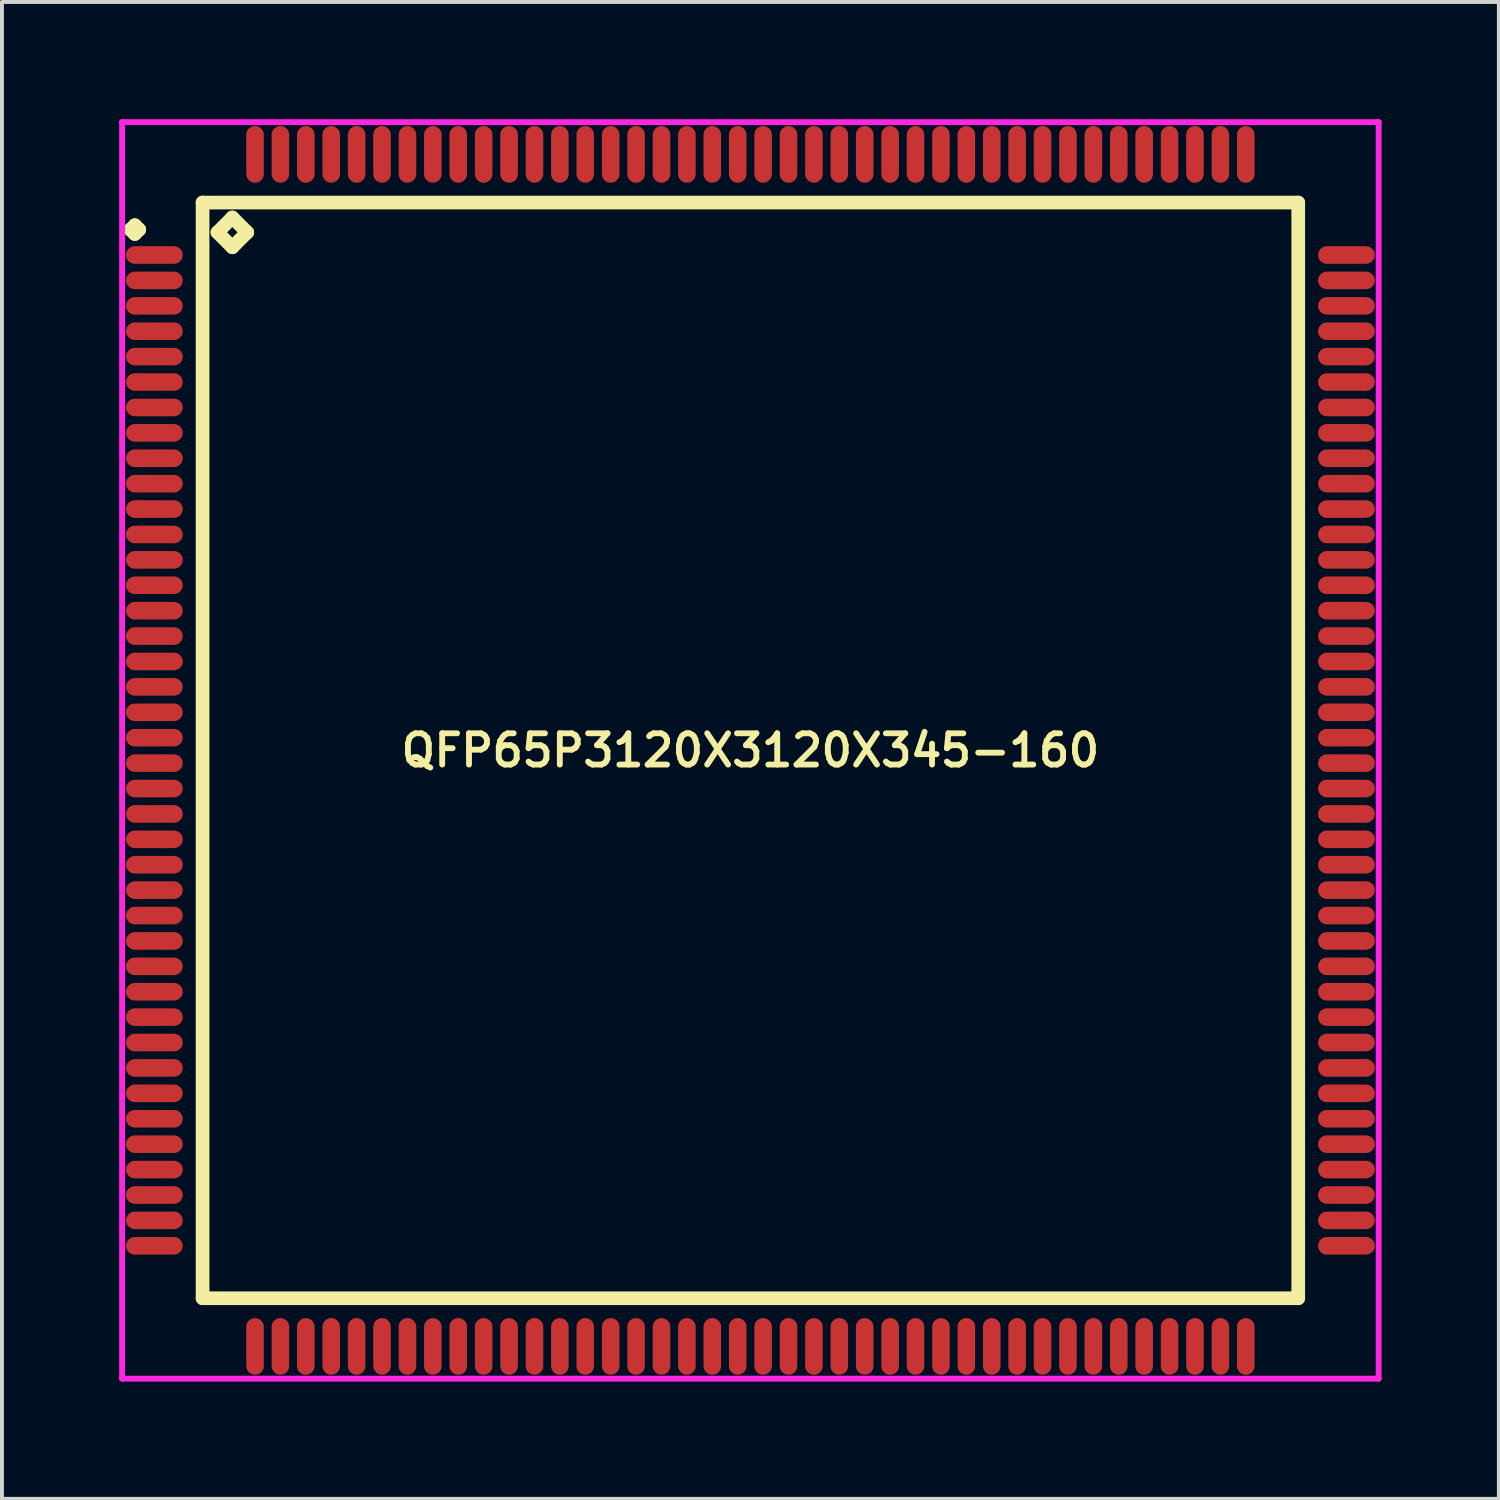
<source format=kicad_pcb>
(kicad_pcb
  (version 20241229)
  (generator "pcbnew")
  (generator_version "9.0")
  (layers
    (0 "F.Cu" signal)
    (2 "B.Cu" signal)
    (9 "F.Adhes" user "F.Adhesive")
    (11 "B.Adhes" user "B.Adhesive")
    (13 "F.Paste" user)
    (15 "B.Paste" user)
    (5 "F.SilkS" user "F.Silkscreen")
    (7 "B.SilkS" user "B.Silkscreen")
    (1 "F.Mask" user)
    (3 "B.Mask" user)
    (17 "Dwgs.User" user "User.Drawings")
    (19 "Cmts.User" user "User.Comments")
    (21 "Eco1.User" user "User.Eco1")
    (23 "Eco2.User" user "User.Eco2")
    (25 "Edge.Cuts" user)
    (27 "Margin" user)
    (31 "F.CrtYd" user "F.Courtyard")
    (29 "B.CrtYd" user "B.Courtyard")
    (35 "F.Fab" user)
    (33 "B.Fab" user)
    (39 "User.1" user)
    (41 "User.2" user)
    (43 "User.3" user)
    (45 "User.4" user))
  (footprint "QFP65P3120X3120X345-160"
    (layer "F.Cu")
    (at 16.15 16.15)
    (property "Reference" "QFP65P3120X3120X345-160" (at 0 0 0) (layer "F.SilkS") (effects (font (size 0.8 0.8) (thickness 0.15))))
    (attr through_hole)
    (fp_line (start -15.863 -13.325) (end -15.75 -13.438) (stroke (width 0.35) (type solid)) (layer "F.SilkS"))
    (fp_line (start -15.75 -13.438) (end -15.637 -13.325) (stroke (width 0.35) (type solid)) (layer "F.SilkS"))
    (fp_line (start -15.75 -13.213) (end -15.863 -13.325) (stroke (width 0.35) (type solid)) (layer "F.SilkS"))
    (fp_line (start -15.637 -13.325) (end -15.75 -13.213) (stroke (width 0.35) (type solid)) (layer "F.SilkS"))
    (fp_line (start -14.017 -14.017) (end -14.017 14.017) (stroke (width 0.35) (type solid)) (layer "F.SilkS"))
    (fp_line (start -14.017 14.017) (end 14.017 14.017) (stroke (width 0.35) (type solid)) (layer "F.SilkS"))
    (fp_line (start -13.636 -13.255) (end -13.255 -13.636) (stroke (width 0.35) (type solid)) (layer "F.SilkS"))
    (fp_line (start -13.255 -13.636) (end -12.874 -13.255) (stroke (width 0.35) (type solid)) (layer "F.SilkS"))
    (fp_line (start -13.255 -12.874) (end -13.636 -13.255) (stroke (width 0.35) (type solid)) (layer "F.SilkS"))
    (fp_line (start -12.874 -13.255) (end -13.255 -12.874) (stroke (width 0.35) (type solid)) (layer "F.SilkS"))
    (fp_line (start 14.017 -14.017) (end -14.017 -14.017) (stroke (width 0.35) (type solid)) (layer "F.SilkS"))
    (fp_line (start 14.017 14.017) (end 14.017 -14.017) (stroke (width 0.35) (type solid)) (layer "F.SilkS"))
    (fp_line (start -16.075 -16.075) (end 16.075 -16.075) (stroke (width 0.15) (type solid)) (layer "F.CrtYd"))
    (fp_line (start -16.075 16.075) (end -16.075 -16.075) (stroke (width 0.15) (type solid)) (layer "F.CrtYd"))
    (fp_line (start 16.075 -16.075) (end 16.075 16.075) (stroke (width 0.15) (type solid)) (layer "F.CrtYd"))
    (fp_line (start 16.075 16.075) (end -16.075 16.075) (stroke (width 0.15) (type solid)) (layer "F.CrtYd"))
    (pad "1" smd oval (at -15.25 -12.675) (size 1.45 0.45) (layers "F.Cu" "F.Mask" "F.Paste"))
    (pad "2" smd oval (at -15.25 -12.025) (size 1.45 0.45) (layers "F.Cu" "F.Mask" "F.Paste"))
    (pad "3" smd oval (at -15.25 -11.375) (size 1.45 0.45) (layers "F.Cu" "F.Mask" "F.Paste"))
    (pad "4" smd oval (at -15.25 -10.725) (size 1.45 0.45) (layers "F.Cu" "F.Mask" "F.Paste"))
    (pad "5" smd oval (at -15.25 -10.075) (size 1.45 0.45) (layers "F.Cu" "F.Mask" "F.Paste"))
    (pad "6" smd oval (at -15.25 -9.425) (size 1.45 0.45) (layers "F.Cu" "F.Mask" "F.Paste"))
    (pad "7" smd oval (at -15.25 -8.775) (size 1.45 0.45) (layers "F.Cu" "F.Mask" "F.Paste"))
    (pad "8" smd oval (at -15.25 -8.125) (size 1.45 0.45) (layers "F.Cu" "F.Mask" "F.Paste"))
    (pad "9" smd oval (at -15.25 -7.475) (size 1.45 0.45) (layers "F.Cu" "F.Mask" "F.Paste"))
    (pad "10" smd oval (at -15.25 -6.825) (size 1.45 0.45) (layers "F.Cu" "F.Mask" "F.Paste"))
    (pad "11" smd oval (at -15.25 -6.175) (size 1.45 0.45) (layers "F.Cu" "F.Mask" "F.Paste"))
    (pad "12" smd oval (at -15.25 -5.525) (size 1.45 0.45) (layers "F.Cu" "F.Mask" "F.Paste"))
    (pad "13" smd oval (at -15.25 -4.875) (size 1.45 0.45) (layers "F.Cu" "F.Mask" "F.Paste"))
    (pad "14" smd oval (at -15.25 -4.225) (size 1.45 0.45) (layers "F.Cu" "F.Mask" "F.Paste"))
    (pad "15" smd oval (at -15.25 -3.575) (size 1.45 0.45) (layers "F.Cu" "F.Mask" "F.Paste"))
    (pad "16" smd oval (at -15.25 -2.925) (size 1.45 0.45) (layers "F.Cu" "F.Mask" "F.Paste"))
    (pad "17" smd oval (at -15.25 -2.275) (size 1.45 0.45) (layers "F.Cu" "F.Mask" "F.Paste"))
    (pad "18" smd oval (at -15.25 -1.625) (size 1.45 0.45) (layers "F.Cu" "F.Mask" "F.Paste"))
    (pad "19" smd oval (at -15.25 -0.975) (size 1.45 0.45) (layers "F.Cu" "F.Mask" "F.Paste"))
    (pad "20" smd oval (at -15.25 -0.325) (size 1.45 0.45) (layers "F.Cu" "F.Mask" "F.Paste"))
    (pad "21" smd oval (at -15.25 0.325) (size 1.45 0.45) (layers "F.Cu" "F.Mask" "F.Paste"))
    (pad "22" smd oval (at -15.25 0.975) (size 1.45 0.45) (layers "F.Cu" "F.Mask" "F.Paste"))
    (pad "23" smd oval (at -15.25 1.625) (size 1.45 0.45) (layers "F.Cu" "F.Mask" "F.Paste"))
    (pad "24" smd oval (at -15.25 2.275) (size 1.45 0.45) (layers "F.Cu" "F.Mask" "F.Paste"))
    (pad "25" smd oval (at -15.25 2.925) (size 1.45 0.45) (layers "F.Cu" "F.Mask" "F.Paste"))
    (pad "26" smd oval (at -15.25 3.575) (size 1.45 0.45) (layers "F.Cu" "F.Mask" "F.Paste"))
    (pad "27" smd oval (at -15.25 4.225) (size 1.45 0.45) (layers "F.Cu" "F.Mask" "F.Paste"))
    (pad "28" smd oval (at -15.25 4.875) (size 1.45 0.45) (layers "F.Cu" "F.Mask" "F.Paste"))
    (pad "29" smd oval (at -15.25 5.525) (size 1.45 0.45) (layers "F.Cu" "F.Mask" "F.Paste"))
    (pad "30" smd oval (at -15.25 6.175) (size 1.45 0.45) (layers "F.Cu" "F.Mask" "F.Paste"))
    (pad "31" smd oval (at -15.25 6.825) (size 1.45 0.45) (layers "F.Cu" "F.Mask" "F.Paste"))
    (pad "32" smd oval (at -15.25 7.475) (size 1.45 0.45) (layers "F.Cu" "F.Mask" "F.Paste"))
    (pad "33" smd oval (at -15.25 8.125) (size 1.45 0.45) (layers "F.Cu" "F.Mask" "F.Paste"))
    (pad "34" smd oval (at -15.25 8.775) (size 1.45 0.45) (layers "F.Cu" "F.Mask" "F.Paste"))
    (pad "35" smd oval (at -15.25 9.425) (size 1.45 0.45) (layers "F.Cu" "F.Mask" "F.Paste"))
    (pad "36" smd oval (at -15.25 10.075) (size 1.45 0.45) (layers "F.Cu" "F.Mask" "F.Paste"))
    (pad "37" smd oval (at -15.25 10.725) (size 1.45 0.45) (layers "F.Cu" "F.Mask" "F.Paste"))
    (pad "38" smd oval (at -15.25 11.375) (size 1.45 0.45) (layers "F.Cu" "F.Mask" "F.Paste"))
    (pad "39" smd oval (at -15.25 12.025) (size 1.45 0.45) (layers "F.Cu" "F.Mask" "F.Paste"))
    (pad "40" smd oval (at -15.25 12.675) (size 1.45 0.45) (layers "F.Cu" "F.Mask" "F.Paste"))
    (pad "41" smd oval (at -12.675 15.25) (size 0.45 1.45) (layers "F.Cu" "F.Mask" "F.Paste"))
    (pad "42" smd oval (at -12.025 15.25) (size 0.45 1.45) (layers "F.Cu" "F.Mask" "F.Paste"))
    (pad "43" smd oval (at -11.375 15.25) (size 0.45 1.45) (layers "F.Cu" "F.Mask" "F.Paste"))
    (pad "44" smd oval (at -10.725 15.25) (size 0.45 1.45) (layers "F.Cu" "F.Mask" "F.Paste"))
    (pad "45" smd oval (at -10.075 15.25) (size 0.45 1.45) (layers "F.Cu" "F.Mask" "F.Paste"))
    (pad "46" smd oval (at -9.425 15.25) (size 0.45 1.45) (layers "F.Cu" "F.Mask" "F.Paste"))
    (pad "47" smd oval (at -8.775 15.25) (size 0.45 1.45) (layers "F.Cu" "F.Mask" "F.Paste"))
    (pad "48" smd oval (at -8.125 15.25) (size 0.45 1.45) (layers "F.Cu" "F.Mask" "F.Paste"))
    (pad "49" smd oval (at -7.475 15.25) (size 0.45 1.45) (layers "F.Cu" "F.Mask" "F.Paste"))
    (pad "50" smd oval (at -6.825 15.25) (size 0.45 1.45) (layers "F.Cu" "F.Mask" "F.Paste"))
    (pad "51" smd oval (at -6.175 15.25) (size 0.45 1.45) (layers "F.Cu" "F.Mask" "F.Paste"))
    (pad "52" smd oval (at -5.525 15.25) (size 0.45 1.45) (layers "F.Cu" "F.Mask" "F.Paste"))
    (pad "53" smd oval (at -4.875 15.25) (size 0.45 1.45) (layers "F.Cu" "F.Mask" "F.Paste"))
    (pad "54" smd oval (at -4.225 15.25) (size 0.45 1.45) (layers "F.Cu" "F.Mask" "F.Paste"))
    (pad "55" smd oval (at -3.575 15.25) (size 0.45 1.45) (layers "F.Cu" "F.Mask" "F.Paste"))
    (pad "56" smd oval (at -2.925 15.25) (size 0.45 1.45) (layers "F.Cu" "F.Mask" "F.Paste"))
    (pad "57" smd oval (at -2.275 15.25) (size 0.45 1.45) (layers "F.Cu" "F.Mask" "F.Paste"))
    (pad "58" smd oval (at -1.625 15.25) (size 0.45 1.45) (layers "F.Cu" "F.Mask" "F.Paste"))
    (pad "59" smd oval (at -0.975 15.25) (size 0.45 1.45) (layers "F.Cu" "F.Mask" "F.Paste"))
    (pad "60" smd oval (at -0.325 15.25) (size 0.45 1.45) (layers "F.Cu" "F.Mask" "F.Paste"))
    (pad "61" smd oval (at 0.325 15.25) (size 0.45 1.45) (layers "F.Cu" "F.Mask" "F.Paste"))
    (pad "62" smd oval (at 0.975 15.25) (size 0.45 1.45) (layers "F.Cu" "F.Mask" "F.Paste"))
    (pad "63" smd oval (at 1.625 15.25) (size 0.45 1.45) (layers "F.Cu" "F.Mask" "F.Paste"))
    (pad "64" smd oval (at 2.275 15.25) (size 0.45 1.45) (layers "F.Cu" "F.Mask" "F.Paste"))
    (pad "65" smd oval (at 2.925 15.25) (size 0.45 1.45) (layers "F.Cu" "F.Mask" "F.Paste"))
    (pad "66" smd oval (at 3.575 15.25) (size 0.45 1.45) (layers "F.Cu" "F.Mask" "F.Paste"))
    (pad "67" smd oval (at 4.225 15.25) (size 0.45 1.45) (layers "F.Cu" "F.Mask" "F.Paste"))
    (pad "68" smd oval (at 4.875 15.25) (size 0.45 1.45) (layers "F.Cu" "F.Mask" "F.Paste"))
    (pad "69" smd oval (at 5.525 15.25) (size 0.45 1.45) (layers "F.Cu" "F.Mask" "F.Paste"))
    (pad "70" smd oval (at 6.175 15.25) (size 0.45 1.45) (layers "F.Cu" "F.Mask" "F.Paste"))
    (pad "71" smd oval (at 6.825 15.25) (size 0.45 1.45) (layers "F.Cu" "F.Mask" "F.Paste"))
    (pad "72" smd oval (at 7.475 15.25) (size 0.45 1.45) (layers "F.Cu" "F.Mask" "F.Paste"))
    (pad "73" smd oval (at 8.125 15.25) (size 0.45 1.45) (layers "F.Cu" "F.Mask" "F.Paste"))
    (pad "74" smd oval (at 8.775 15.25) (size 0.45 1.45) (layers "F.Cu" "F.Mask" "F.Paste"))
    (pad "75" smd oval (at 9.425 15.25) (size 0.45 1.45) (layers "F.Cu" "F.Mask" "F.Paste"))
    (pad "76" smd oval (at 10.075 15.25) (size 0.45 1.45) (layers "F.Cu" "F.Mask" "F.Paste"))
    (pad "77" smd oval (at 10.725 15.25) (size 0.45 1.45) (layers "F.Cu" "F.Mask" "F.Paste"))
    (pad "78" smd oval (at 11.375 15.25) (size 0.45 1.45) (layers "F.Cu" "F.Mask" "F.Paste"))
    (pad "79" smd oval (at 12.025 15.25) (size 0.45 1.45) (layers "F.Cu" "F.Mask" "F.Paste"))
    (pad "80" smd oval (at 12.675 15.25) (size 0.45 1.45) (layers "F.Cu" "F.Mask" "F.Paste"))
    (pad "81" smd oval (at 15.25 12.675) (size 1.45 0.45) (layers "F.Cu" "F.Mask" "F.Paste"))
    (pad "82" smd oval (at 15.25 12.025) (size 1.45 0.45) (layers "F.Cu" "F.Mask" "F.Paste"))
    (pad "83" smd oval (at 15.25 11.375) (size 1.45 0.45) (layers "F.Cu" "F.Mask" "F.Paste"))
    (pad "84" smd oval (at 15.25 10.725) (size 1.45 0.45) (layers "F.Cu" "F.Mask" "F.Paste"))
    (pad "85" smd oval (at 15.25 10.075) (size 1.45 0.45) (layers "F.Cu" "F.Mask" "F.Paste"))
    (pad "86" smd oval (at 15.25 9.425) (size 1.45 0.45) (layers "F.Cu" "F.Mask" "F.Paste"))
    (pad "87" smd oval (at 15.25 8.775) (size 1.45 0.45) (layers "F.Cu" "F.Mask" "F.Paste"))
    (pad "88" smd oval (at 15.25 8.125) (size 1.45 0.45) (layers "F.Cu" "F.Mask" "F.Paste"))
    (pad "89" smd oval (at 15.25 7.475) (size 1.45 0.45) (layers "F.Cu" "F.Mask" "F.Paste"))
    (pad "90" smd oval (at 15.25 6.825) (size 1.45 0.45) (layers "F.Cu" "F.Mask" "F.Paste"))
    (pad "91" smd oval (at 15.25 6.175) (size 1.45 0.45) (layers "F.Cu" "F.Mask" "F.Paste"))
    (pad "92" smd oval (at 15.25 5.525) (size 1.45 0.45) (layers "F.Cu" "F.Mask" "F.Paste"))
    (pad "93" smd oval (at 15.25 4.875) (size 1.45 0.45) (layers "F.Cu" "F.Mask" "F.Paste"))
    (pad "94" smd oval (at 15.25 4.225) (size 1.45 0.45) (layers "F.Cu" "F.Mask" "F.Paste"))
    (pad "95" smd oval (at 15.25 3.575) (size 1.45 0.45) (layers "F.Cu" "F.Mask" "F.Paste"))
    (pad "96" smd oval (at 15.25 2.925) (size 1.45 0.45) (layers "F.Cu" "F.Mask" "F.Paste"))
    (pad "97" smd oval (at 15.25 2.275) (size 1.45 0.45) (layers "F.Cu" "F.Mask" "F.Paste"))
    (pad "98" smd oval (at 15.25 1.625) (size 1.45 0.45) (layers "F.Cu" "F.Mask" "F.Paste"))
    (pad "99" smd oval (at 15.25 0.975) (size 1.45 0.45) (layers "F.Cu" "F.Mask" "F.Paste"))
    (pad "100" smd oval (at 15.25 0.325) (size 1.45 0.45) (layers "F.Cu" "F.Mask" "F.Paste"))
    (pad "101" smd oval (at 15.25 -0.325) (size 1.45 0.45) (layers "F.Cu" "F.Mask" "F.Paste"))
    (pad "102" smd oval (at 15.25 -0.975) (size 1.45 0.45) (layers "F.Cu" "F.Mask" "F.Paste"))
    (pad "103" smd oval (at 15.25 -1.625) (size 1.45 0.45) (layers "F.Cu" "F.Mask" "F.Paste"))
    (pad "104" smd oval (at 15.25 -2.275) (size 1.45 0.45) (layers "F.Cu" "F.Mask" "F.Paste"))
    (pad "105" smd oval (at 15.25 -2.925) (size 1.45 0.45) (layers "F.Cu" "F.Mask" "F.Paste"))
    (pad "106" smd oval (at 15.25 -3.575) (size 1.45 0.45) (layers "F.Cu" "F.Mask" "F.Paste"))
    (pad "107" smd oval (at 15.25 -4.225) (size 1.45 0.45) (layers "F.Cu" "F.Mask" "F.Paste"))
    (pad "108" smd oval (at 15.25 -4.875) (size 1.45 0.45) (layers "F.Cu" "F.Mask" "F.Paste"))
    (pad "109" smd oval (at 15.25 -5.525) (size 1.45 0.45) (layers "F.Cu" "F.Mask" "F.Paste"))
    (pad "110" smd oval (at 15.25 -6.175) (size 1.45 0.45) (layers "F.Cu" "F.Mask" "F.Paste"))
    (pad "111" smd oval (at 15.25 -6.825) (size 1.45 0.45) (layers "F.Cu" "F.Mask" "F.Paste"))
    (pad "112" smd oval (at 15.25 -7.475) (size 1.45 0.45) (layers "F.Cu" "F.Mask" "F.Paste"))
    (pad "113" smd oval (at 15.25 -8.125) (size 1.45 0.45) (layers "F.Cu" "F.Mask" "F.Paste"))
    (pad "114" smd oval (at 15.25 -8.775) (size 1.45 0.45) (layers "F.Cu" "F.Mask" "F.Paste"))
    (pad "115" smd oval (at 15.25 -9.425) (size 1.45 0.45) (layers "F.Cu" "F.Mask" "F.Paste"))
    (pad "116" smd oval (at 15.25 -10.075) (size 1.45 0.45) (layers "F.Cu" "F.Mask" "F.Paste"))
    (pad "117" smd oval (at 15.25 -10.725) (size 1.45 0.45) (layers "F.Cu" "F.Mask" "F.Paste"))
    (pad "118" smd oval (at 15.25 -11.375) (size 1.45 0.45) (layers "F.Cu" "F.Mask" "F.Paste"))
    (pad "119" smd oval (at 15.25 -12.025) (size 1.45 0.45) (layers "F.Cu" "F.Mask" "F.Paste"))
    (pad "120" smd oval (at 15.25 -12.675) (size 1.45 0.45) (layers "F.Cu" "F.Mask" "F.Paste"))
    (pad "121" smd oval (at 12.675 -15.25) (size 0.45 1.45) (layers "F.Cu" "F.Mask" "F.Paste"))
    (pad "122" smd oval (at 12.025 -15.25) (size 0.45 1.45) (layers "F.Cu" "F.Mask" "F.Paste"))
    (pad "123" smd oval (at 11.375 -15.25) (size 0.45 1.45) (layers "F.Cu" "F.Mask" "F.Paste"))
    (pad "124" smd oval (at 10.725 -15.25) (size 0.45 1.45) (layers "F.Cu" "F.Mask" "F.Paste"))
    (pad "125" smd oval (at 10.075 -15.25) (size 0.45 1.45) (layers "F.Cu" "F.Mask" "F.Paste"))
    (pad "126" smd oval (at 9.425 -15.25) (size 0.45 1.45) (layers "F.Cu" "F.Mask" "F.Paste"))
    (pad "127" smd oval (at 8.775 -15.25) (size 0.45 1.45) (layers "F.Cu" "F.Mask" "F.Paste"))
    (pad "128" smd oval (at 8.125 -15.25) (size 0.45 1.45) (layers "F.Cu" "F.Mask" "F.Paste"))
    (pad "129" smd oval (at 7.475 -15.25) (size 0.45 1.45) (layers "F.Cu" "F.Mask" "F.Paste"))
    (pad "130" smd oval (at 6.825 -15.25) (size 0.45 1.45) (layers "F.Cu" "F.Mask" "F.Paste"))
    (pad "131" smd oval (at 6.175 -15.25) (size 0.45 1.45) (layers "F.Cu" "F.Mask" "F.Paste"))
    (pad "132" smd oval (at 5.525 -15.25) (size 0.45 1.45) (layers "F.Cu" "F.Mask" "F.Paste"))
    (pad "133" smd oval (at 4.875 -15.25) (size 0.45 1.45) (layers "F.Cu" "F.Mask" "F.Paste"))
    (pad "134" smd oval (at 4.225 -15.25) (size 0.45 1.45) (layers "F.Cu" "F.Mask" "F.Paste"))
    (pad "135" smd oval (at 3.575 -15.25) (size 0.45 1.45) (layers "F.Cu" "F.Mask" "F.Paste"))
    (pad "136" smd oval (at 2.925 -15.25) (size 0.45 1.45) (layers "F.Cu" "F.Mask" "F.Paste"))
    (pad "137" smd oval (at 2.275 -15.25) (size 0.45 1.45) (layers "F.Cu" "F.Mask" "F.Paste"))
    (pad "138" smd oval (at 1.625 -15.25) (size 0.45 1.45) (layers "F.Cu" "F.Mask" "F.Paste"))
    (pad "139" smd oval (at 0.975 -15.25) (size 0.45 1.45) (layers "F.Cu" "F.Mask" "F.Paste"))
    (pad "140" smd oval (at 0.325 -15.25) (size 0.45 1.45) (layers "F.Cu" "F.Mask" "F.Paste"))
    (pad "141" smd oval (at -0.325 -15.25) (size 0.45 1.45) (layers "F.Cu" "F.Mask" "F.Paste"))
    (pad "142" smd oval (at -0.975 -15.25) (size 0.45 1.45) (layers "F.Cu" "F.Mask" "F.Paste"))
    (pad "143" smd oval (at -1.625 -15.25) (size 0.45 1.45) (layers "F.Cu" "F.Mask" "F.Paste"))
    (pad "144" smd oval (at -2.275 -15.25) (size 0.45 1.45) (layers "F.Cu" "F.Mask" "F.Paste"))
    (pad "145" smd oval (at -2.925 -15.25) (size 0.45 1.45) (layers "F.Cu" "F.Mask" "F.Paste"))
    (pad "146" smd oval (at -3.575 -15.25) (size 0.45 1.45) (layers "F.Cu" "F.Mask" "F.Paste"))
    (pad "147" smd oval (at -4.225 -15.25) (size 0.45 1.45) (layers "F.Cu" "F.Mask" "F.Paste"))
    (pad "148" smd oval (at -4.875 -15.25) (size 0.45 1.45) (layers "F.Cu" "F.Mask" "F.Paste"))
    (pad "149" smd oval (at -5.525 -15.25) (size 0.45 1.45) (layers "F.Cu" "F.Mask" "F.Paste"))
    (pad "150" smd oval (at -6.175 -15.25) (size 0.45 1.45) (layers "F.Cu" "F.Mask" "F.Paste"))
    (pad "151" smd oval (at -6.825 -15.25) (size 0.45 1.45) (layers "F.Cu" "F.Mask" "F.Paste"))
    (pad "152" smd oval (at -7.475 -15.25) (size 0.45 1.45) (layers "F.Cu" "F.Mask" "F.Paste"))
    (pad "153" smd oval (at -8.125 -15.25) (size 0.45 1.45) (layers "F.Cu" "F.Mask" "F.Paste"))
    (pad "154" smd oval (at -8.775 -15.25) (size 0.45 1.45) (layers "F.Cu" "F.Mask" "F.Paste"))
    (pad "155" smd oval (at -9.425 -15.25) (size 0.45 1.45) (layers "F.Cu" "F.Mask" "F.Paste"))
    (pad "156" smd oval (at -10.075 -15.25) (size 0.45 1.45) (layers "F.Cu" "F.Mask" "F.Paste"))
    (pad "157" smd oval (at -10.725 -15.25) (size 0.45 1.45) (layers "F.Cu" "F.Mask" "F.Paste"))
    (pad "158" smd oval (at -11.375 -15.25) (size 0.45 1.45) (layers "F.Cu" "F.Mask" "F.Paste"))
    (pad "159" smd oval (at -12.025 -15.25) (size 0.45 1.45) (layers "F.Cu" "F.Mask" "F.Paste"))
    (pad "160" smd oval (at -12.675 -15.25) (size 0.45 1.45) (layers "F.Cu" "F.Mask" "F.Paste")))
  (gr_rect
    (start -3 -3)
    (end 35.3 35.3)
    (stroke (width 0.1) (type default))
    (fill no)
    (layer "Edge.Cuts")))
</source>
